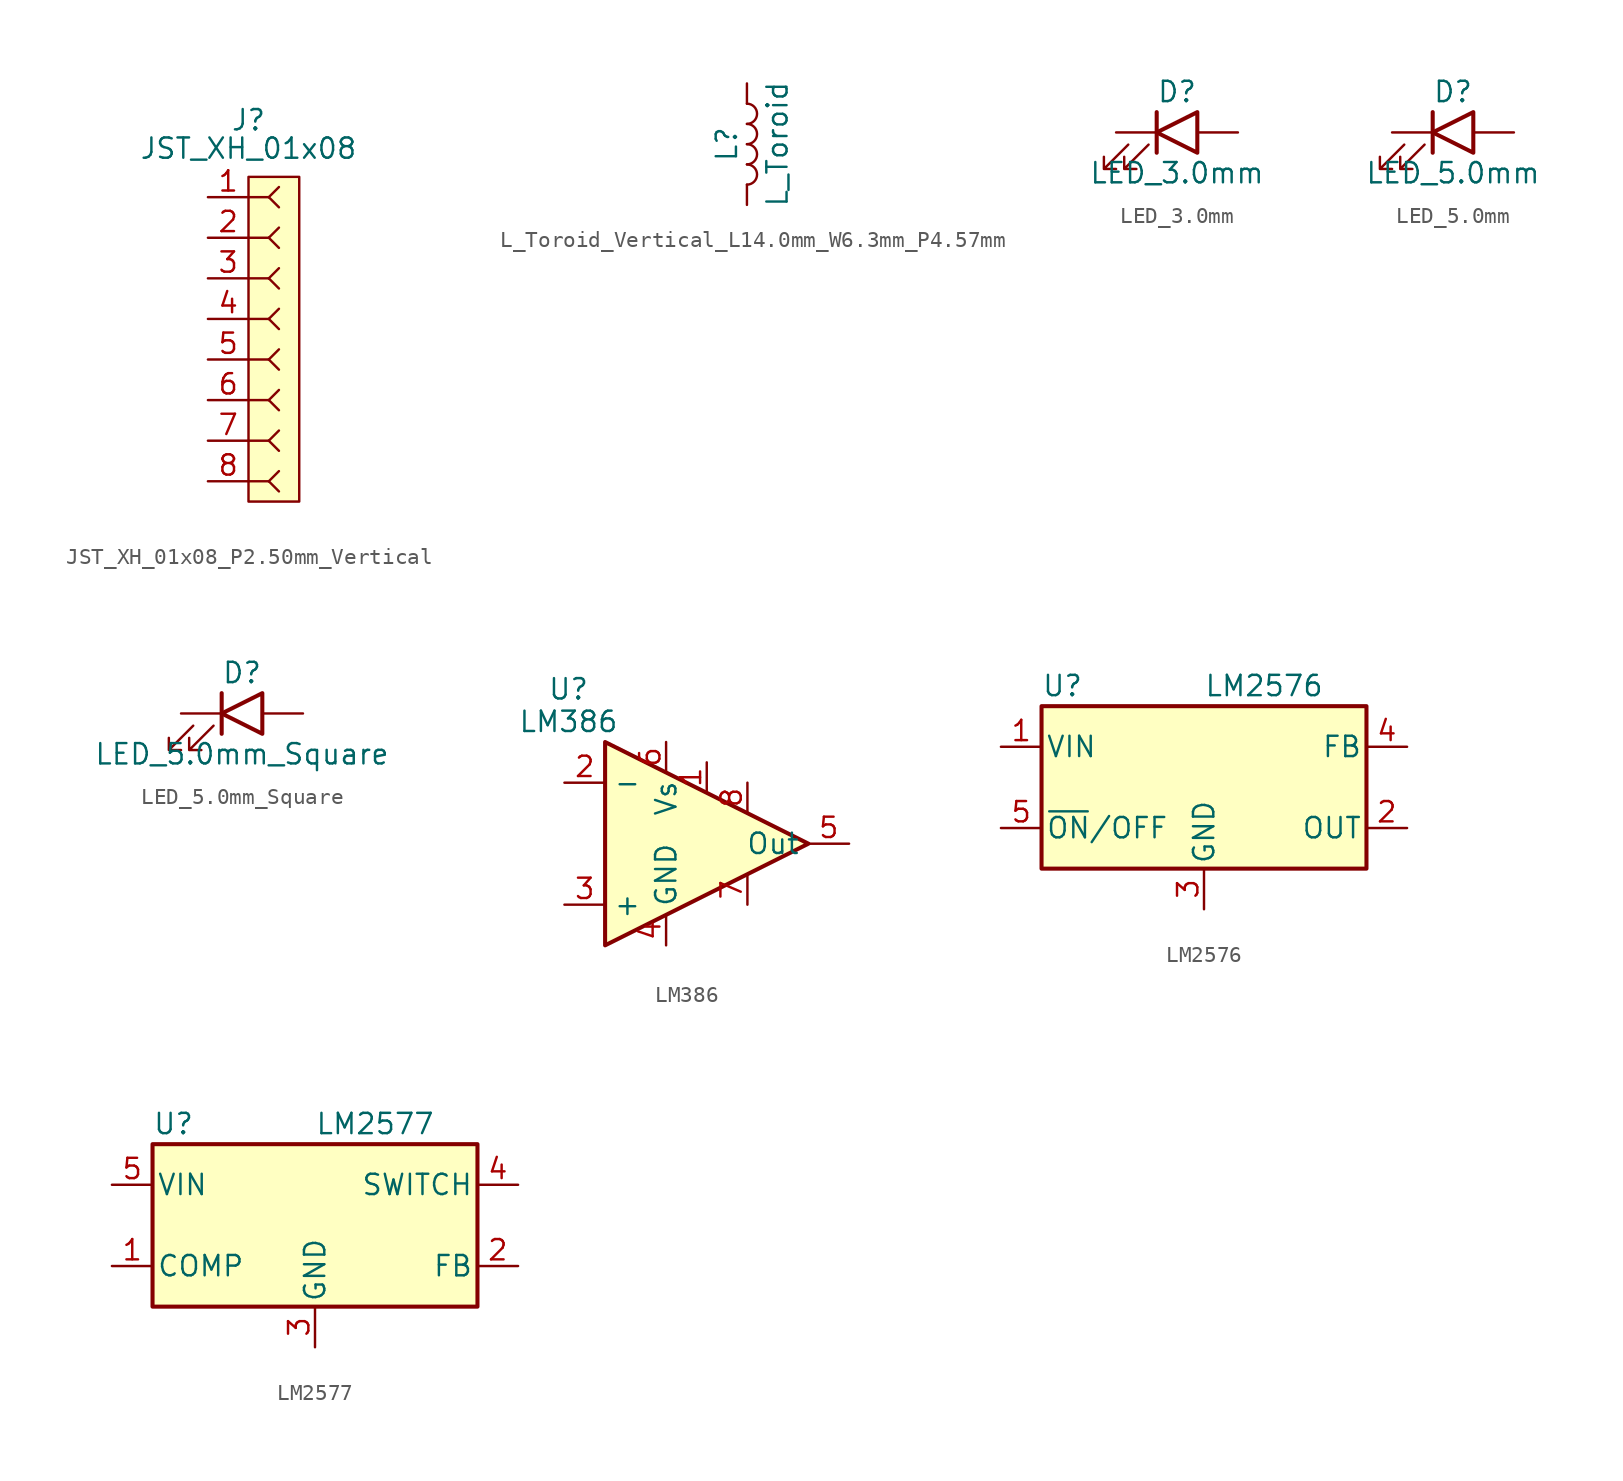
<source format=kicad_sym>
(kicad_symbol_lib
  (version 20241209)
  (generator "kicad_symbol_editor")
  (generator_version "9.0")
  (symbol "JST_XH_01x08_P2.50mm_Vertical"
    (property "Reference" "J"
      (at 0 13.716 0)
      (effects (font (size 1.27 1.27))))
    (property "Value" "JST_XH_01x08"
      (at 0 11.938 0)
      (effects (font (size 1.27 1.27))))
    (symbol "JST_XH_01x08_P2.50mm_Vertical_0_1"
      (polyline (pts (xy 0 8.89) (xy 1.27 8.89)) (stroke (width 0) (type default)) (fill (type none)))
      (polyline (pts (xy 0 6.35) (xy 1.27 6.35)) (stroke (width 0) (type default)) (fill (type none)))
      (polyline (pts (xy 0 3.81) (xy 1.27 3.81)) (stroke (width 0) (type default)) (fill (type none)))
      (polyline (pts (xy 0 1.27) (xy 1.27 1.27)) (stroke (width 0) (type default)) (fill (type none)))
      (polyline (pts (xy 0 -1.27) (xy 1.27 -1.27)) (stroke (width 0) (type default)) (fill (type none)))
      (polyline (pts (xy 0 -3.81) (xy 1.27 -3.81)) (stroke (width 0) (type default)) (fill (type none)))
      (polyline (pts (xy 0 -6.35) (xy 1.27 -6.35)) (stroke (width 0) (type default)) (fill (type none)))
      (polyline (pts (xy 0 -8.89) (xy 1.27 -8.89)) (stroke (width 0) (type default)) (fill (type none)))
      (polyline (pts (xy 1.27 8.89) (xy 1.905 9.525)) (stroke (width 0) (type default)) (fill (type none)))
      (polyline (pts (xy 1.27 8.89) (xy 1.905 8.255)) (stroke (width 0) (type default)) (fill (type none)))
      (polyline (pts (xy 1.27 6.35) (xy 1.905 6.985)) (stroke (width 0) (type default)) (fill (type none)))
      (polyline (pts (xy 1.27 6.35) (xy 1.905 5.715)) (stroke (width 0) (type default)) (fill (type none)))
      (polyline (pts (xy 1.27 3.81) (xy 1.905 4.445)) (stroke (width 0) (type default)) (fill (type none)))
      (polyline (pts (xy 1.27 3.81) (xy 1.905 3.175)) (stroke (width 0) (type default)) (fill (type none)))
      (polyline (pts (xy 1.27 1.27) (xy 1.905 1.905)) (stroke (width 0) (type default)) (fill (type none)))
      (polyline (pts (xy 1.27 1.27) (xy 1.905 0.635)) (stroke (width 0) (type default)) (fill (type none)))
      (polyline (pts (xy 1.27 -1.27) (xy 1.905 -0.635)) (stroke (width 0) (type default)) (fill (type none)))
      (polyline (pts (xy 1.27 -1.27) (xy 1.905 -1.905)) (stroke (width 0) (type default)) (fill (type none)))
      (polyline (pts (xy 1.27 -3.81) (xy 1.905 -3.175)) (stroke (width 0) (type default)) (fill (type none)))
      (polyline (pts (xy 1.27 -3.81) (xy 1.905 -4.445)) (stroke (width 0) (type default)) (fill (type none)))
      (polyline (pts (xy 1.27 -6.35) (xy 1.905 -5.715)) (stroke (width 0) (type default)) (fill (type none)))
      (polyline (pts (xy 1.27 -6.35) (xy 1.905 -6.985)) (stroke (width 0) (type default)) (fill (type none)))
      (polyline (pts (xy 1.27 -8.89) (xy 1.905 -8.255)) (stroke (width 0) (type default)) (fill (type none)))
      (polyline (pts (xy 1.27 -8.89) (xy 1.905 -9.525)) (stroke (width 0) (type default)) (fill (type none))))
    (symbol "JST_XH_01x08_P2.50mm_Vertical_1_1"
      (rectangle (start 0 10.16) (end 3.175 -10.16) (stroke (width 0) (type solid)) (fill (type background)))
      (pin passive line (at -2.54 8.89 0) (length 2.54) (name "" (effects (font (size 1.27 1.27)))) (number "1" (effects (font (size 1.27 1.27)))))
      (pin passive line (at -2.54 6.35 0) (length 2.54) (name "" (effects (font (size 1.27 1.27)))) (number "2" (effects (font (size 1.27 1.27)))))
      (pin passive line (at -2.54 3.81 0) (length 2.54) (name "" (effects (font (size 1.27 1.27)))) (number "3" (effects (font (size 1.27 1.27)))))
      (pin passive line (at -2.54 1.27 0) (length 2.54) (name "" (effects (font (size 1.27 1.27)))) (number "4" (effects (font (size 1.27 1.27)))))
      (pin passive line (at -2.54 -1.27 0) (length 2.54) (name "" (effects (font (size 1.27 1.27)))) (number "5" (effects (font (size 1.27 1.27)))))
      (pin passive line (at -2.54 -3.81 0) (length 2.54) (name "" (effects (font (size 1.27 1.27)))) (number "6" (effects (font (size 1.27 1.27)))))
      (pin passive line (at -2.54 -6.35 0) (length 2.54) (name "" (effects (font (size 1.27 1.27)))) (number "7" (effects (font (size 1.27 1.27)))))
      (pin passive line (at -2.54 -8.89 0) (length 2.54) (name "" (effects (font (size 1.27 1.27)))) (number "8" (effects (font (size 1.27 1.27)))))))
  (symbol "L_Toroid_Vertical_L14.0mm_W6.3mm_P4.57mm"
    (pin_numbers
      (hide yes))
    (pin_names
      (offset 1.016)
      (hide yes))
    (property "Reference" "L"
      (at -1.27 0 90)
      (effects (font (size 1.27 1.27))))
    (property "Value" "L_Toroid"
      (at 1.905 0 90)
      (effects (font (size 1.27 1.27))))
    (symbol "L_Toroid_Vertical_L14.0mm_W6.3mm_P4.57mm_0_1"
      (arc (start 0 2.54) (mid 0.6323 1.905) (end 0 1.27) (stroke (width 0) (type default)) (fill (type none)))
      (arc (start 0 1.27) (mid 0.6323 0.635) (end 0 0) (stroke (width 0) (type default)) (fill (type none)))
      (arc (start 0 0) (mid 0.6323 -0.635) (end 0 -1.27) (stroke (width 0) (type default)) (fill (type none)))
      (arc (start 0 -1.27) (mid 0.6323 -1.905) (end 0 -2.54) (stroke (width 0) (type default)) (fill (type none))))
    (symbol "L_Toroid_Vertical_L14.0mm_W6.3mm_P4.57mm_1_1"
      (pin passive line (at 0 3.81 270) (length 1.27) (name "1" (effects (font (size 1.27 1.27)))) (number "1" (effects (font (size 1.27 1.27)))))
      (pin passive line (at 0 -3.81 90) (length 1.27) (name "2" (effects (font (size 1.27 1.27)))) (number "2" (effects (font (size 1.27 1.27)))))))
  (symbol "LED_3.0mm"
    (pin_numbers
      (hide yes))
    (pin_names
      (offset 1.016)
      (hide yes))
    (property "Reference" "D"
      (at 0 2.54 0)
      (effects (font (size 1.27 1.27))))
    (property "Value" "LED_3.0mm"
      (at 0 -2.54 0)
      (effects (font (size 1.27 1.27))))
    (symbol "LED_3.0mm_0_1"
      (polyline (pts (xy -3.048 -0.762) (xy -4.572 -2.286) (xy -3.81 -2.286) (xy -4.572 -2.286) (xy -4.572 -1.524)) (stroke (width 0) (type default)) (fill (type none)))
      (polyline (pts (xy -1.778 -0.762) (xy -3.302 -2.286) (xy -2.54 -2.286) (xy -3.302 -2.286) (xy -3.302 -1.524)) (stroke (width 0) (type default)) (fill (type none)))
      (polyline (pts (xy -1.27 -1.27) (xy -1.27 1.27)) (stroke (width 0.254) (type default)) (fill (type none)))
      (polyline (pts (xy 1.27 -1.27) (xy 1.27 1.27) (xy -1.27 0) (xy 1.27 -1.27)) (stroke (width 0.254) (type default)) (fill (type none))))
    (symbol "LED_3.0mm_1_1"
      (pin passive line (at -3.81 0 0) (length 2.54) (name "K" (effects (font (size 1.27 1.27)))) (number "1" (effects (font (size 1.27 1.27)))))
      (pin passive line (at 3.81 0 180) (length 2.54) (name "A" (effects (font (size 1.27 1.27)))) (number "2" (effects (font (size 1.27 1.27)))))))
  (symbol "LED_5.0mm"
    (pin_numbers
      (hide yes))
    (pin_names
      (offset 1.016)
      (hide yes))
    (property "Reference" "D"
      (at 0 2.54 0)
      (effects (font (size 1.27 1.27))))
    (property "Value" "LED_5.0mm"
      (at 0 -2.54 0)
      (effects (font (size 1.27 1.27))))
    (symbol "LED_5.0mm_0_1"
      (polyline (pts (xy -3.048 -0.762) (xy -4.572 -2.286) (xy -3.81 -2.286) (xy -4.572 -2.286) (xy -4.572 -1.524)) (stroke (width 0) (type default)) (fill (type none)))
      (polyline (pts (xy -1.778 -0.762) (xy -3.302 -2.286) (xy -2.54 -2.286) (xy -3.302 -2.286) (xy -3.302 -1.524)) (stroke (width 0) (type default)) (fill (type none)))
      (polyline (pts (xy -1.27 -1.27) (xy -1.27 1.27)) (stroke (width 0.254) (type default)) (fill (type none)))
      (polyline (pts (xy 1.27 -1.27) (xy 1.27 1.27) (xy -1.27 0) (xy 1.27 -1.27)) (stroke (width 0.254) (type default)) (fill (type none))))
    (symbol "LED_5.0mm_1_1"
      (pin passive line (at -3.81 0 0) (length 2.54) (name "K" (effects (font (size 1.27 1.27)))) (number "1" (effects (font (size 1.27 1.27)))))
      (pin passive line (at 3.81 0 180) (length 2.54) (name "A" (effects (font (size 1.27 1.27)))) (number "2" (effects (font (size 1.27 1.27)))))))
  (symbol "LED_5.0mm_Square"
    (pin_numbers
      (hide yes))
    (pin_names
      (offset 1.016)
      (hide yes))
    (property "Reference" "D"
      (at 0 2.54 0)
      (effects (font (size 1.27 1.27))))
    (property "Value" "LED_5.0mm_Square"
      (at 0 -2.54 0)
      (effects (font (size 1.27 1.27))))
    (symbol "LED_5.0mm_Square_0_1"
      (polyline (pts (xy -3.048 -0.762) (xy -4.572 -2.286) (xy -3.81 -2.286) (xy -4.572 -2.286) (xy -4.572 -1.524)) (stroke (width 0) (type default)) (fill (type none)))
      (polyline (pts (xy -1.778 -0.762) (xy -3.302 -2.286) (xy -2.54 -2.286) (xy -3.302 -2.286) (xy -3.302 -1.524)) (stroke (width 0) (type default)) (fill (type none)))
      (polyline (pts (xy -1.27 -1.27) (xy -1.27 1.27)) (stroke (width 0.254) (type default)) (fill (type none)))
      (polyline (pts (xy 1.27 -1.27) (xy 1.27 1.27) (xy -1.27 0) (xy 1.27 -1.27)) (stroke (width 0.254) (type default)) (fill (type none))))
    (symbol "LED_5.0mm_Square_1_1"
      (pin passive line (at -3.81 0 0) (length 2.54) (name "K" (effects (font (size 1.27 1.27)))) (number "1" (effects (font (size 1.27 1.27)))))
      (pin passive line (at 3.81 0 180) (length 2.54) (name "A" (effects (font (size 1.27 1.27)))) (number "2" (effects (font (size 1.27 1.27)))))))
  (symbol "LM386"
    (property "Reference" "U"
      (at -7.366 9.652 0)
      (effects (font (size 1.27 1.27))))
    (property "Value" "LM386"
      (at -7.366 7.62 0)
      (effects (font (size 1.27 1.27))))
    (symbol "LM386_0_1"
      (polyline (pts (xy -5.08 6.35) (xy 7.62 0) (xy -5.08 -6.35) (xy -5.08 6.35)) (stroke (width 0.254) (type default)) (fill (type background))))
    (symbol "LM386_1_1"
      (pin passive line (at -7.62 3.81 0) (length 2.54) (name "-" (effects (font (size 1.27 1.27)))) (number "2" (effects (font (size 1.27 1.27)))))
      (pin passive line (at -7.62 -3.81 0) (length 2.54) (name "+" (effects (font (size 1.27 1.27)))) (number "3" (effects (font (size 1.27 1.27)))))
      (pin passive line (at -1.27 6.35 270) (length 1.86) (name "Vs" (effects (font (size 1.27 1.27)))) (number "6" (effects (font (size 1.27 1.27)))))
      (pin passive line (at -1.27 -6.35 90) (length 1.86) (name "GND" (effects (font (size 1.27 1.27)))) (number "4" (effects (font (size 1.27 1.27)))))
      (pin passive line (at 1.27 5.08 270) (length 1.86) (name "" (effects (font (size 1.27 1.27)))) (number "1" (effects (font (size 1.27 1.27)))))
      (pin passive line (at 3.81 3.81 270) (length 1.86) (name "" (effects (font (size 1.27 1.27)))) (number "8" (effects (font (size 1.27 1.27)))))
      (pin passive line (at 3.81 -3.81 90) (length 1.86) (name "" (effects (font (size 1.27 1.27)))) (number "7" (effects (font (size 1.27 1.27)))))
      (pin passive line (at 10.16 0 180) (length 2.54) (name "Out" (effects (font (size 1.27 1.27)))) (number "5" (effects (font (size 1.27 1.27)))))))
  (symbol "LM2576"
    (pin_names
      (offset 0.254))
    (property "Reference" "U"
      (at -10.16 6.35 0)
      (effects (font (size 1.27 1.27)) (justify left)))
    (property "Value" "LM2576"
      (at 0 6.35 0)
      (effects (font (size 1.27 1.27)) (justify left)))
    (symbol "LM2576_0_1"
      (rectangle (start -10.16 5.08) (end 10.16 -5.08) (stroke (width 0.254) (type default)) (fill (type background))))
    (symbol "LM2576_1_1"
      (pin power_in line (at -12.7 2.54 0) (length 2.54) (name "VIN" (effects (font (size 1.27 1.27)))) (number "1" (effects (font (size 1.27 1.27)))))
      (pin passive line (at -12.7 -2.54 0) (length 2.54) (name "~{ON}/OFF" (effects (font (size 1.27 1.27)))) (number "5" (effects (font (size 1.27 1.27)))))
      (pin power_in line (at 0 -7.62 90) (length 2.54) (name "GND" (effects (font (size 1.27 1.27)))) (number "3" (effects (font (size 1.27 1.27)))))
      (pin passive line (at 12.7 2.54 180) (length 2.54) (name "FB" (effects (font (size 1.27 1.27)))) (number "4" (effects (font (size 1.27 1.27)))))
      (pin power_out line (at 12.7 -2.54 180) (length 2.54) (name "OUT" (effects (font (size 1.27 1.27)))) (number "2" (effects (font (size 1.27 1.27)))))))
  (symbol "LM2577"
    (pin_names
      (offset 0.254))
    (property "Reference" "U"
      (at -10.16 6.35 0)
      (effects (font (size 1.27 1.27)) (justify left)))
    (property "Value" "LM2577"
      (at 0 6.35 0)
      (effects (font (size 1.27 1.27)) (justify left)))
    (symbol "LM2577_0_1"
      (rectangle (start -10.16 5.08) (end 10.16 -5.08) (stroke (width 0.254) (type default)) (fill (type background))))
    (symbol "LM2577_1_1"
      (pin passive line (at -12.7 2.54 0) (length 2.54) (name "VIN" (effects (font (size 1.27 1.27)))) (number "5" (effects (font (size 1.27 1.27)))))
      (pin passive line (at -12.7 -2.54 0) (length 2.54) (name "COMP" (effects (font (size 1.27 1.27)))) (number "1" (effects (font (size 1.27 1.27)))))
      (pin power_in line (at 0 -7.62 90) (length 2.54) (name "GND" (effects (font (size 1.27 1.27)))) (number "3" (effects (font (size 1.27 1.27)))))
      (pin passive line (at 12.7 2.54 180) (length 2.54) (name "SWITCH" (effects (font (size 1.27 1.27)))) (number "4" (effects (font (size 1.27 1.27)))))
      (pin power_out line (at 12.7 -2.54 180) (length 2.54) (name "FB" (effects (font (size 1.27 1.27)))) (number "2" (effects (font (size 1.27 1.27))))))))
</source>
